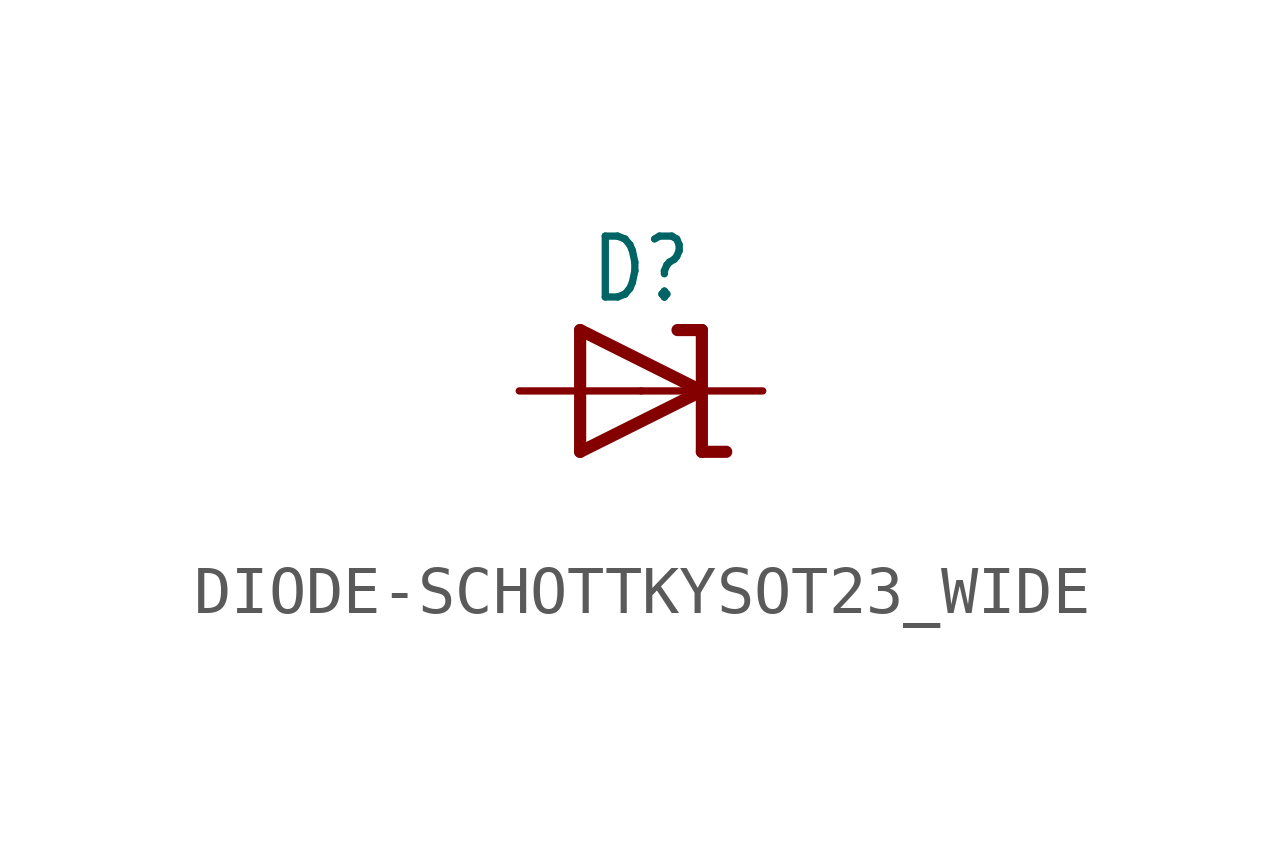
<source format=kicad_sym>
(kicad_symbol_lib
  (version 20241209)
  (generator "kicad_symbol_editor")
  (generator_version "9.0")
  (symbol "DIODE-SCHOTTKYSOT23_WIDE"
    (property "Reference" "D"
      (at 0 2.54 0)
      (effects (font (size 1.27 1.079))))
    (property "Value" ""
      (at 0 -2.5 0)
      (effects (font (size 1.27 1.079))))
    (property "ki_locked" ""
      (at 0 0 0)
      (effects (font (size 1.27 1.27))))
    (symbol "DIODE-SCHOTTKYSOT23_WIDE_1_0"
      (polyline (pts (xy -1.27 1.27) (xy -1.27 -1.27)) (stroke (width 0.254) (type solid)) (fill (type none)))
      (polyline (pts (xy -1.27 -1.27) (xy 1.27 0)) (stroke (width 0.254) (type solid)) (fill (type none)))
      (polyline (pts (xy 1.27 1.27) (xy 0.762 1.27)) (stroke (width 0.254) (type solid)) (fill (type none)))
      (polyline (pts (xy 1.27 1.27) (xy 1.27 0)) (stroke (width 0.254) (type solid)) (fill (type none)))
      (polyline (pts (xy 1.27 0) (xy -1.27 1.27)) (stroke (width 0.254) (type solid)) (fill (type none)))
      (polyline (pts (xy 1.27 0) (xy 1.27 -1.27)) (stroke (width 0.254) (type solid)) (fill (type none)))
      (polyline (pts (xy 1.27 -1.27) (xy 1.778 -1.27)) (stroke (width 0.254) (type solid)) (fill (type none)))
      (pin passive line (at -2.54 0 0) (length 2.54) (name "A" (effects (font (size 0 0)))) (number "1" (effects (font (size 0 0)))))
      (pin passive line (at 2.54 0 180) (length 2.54) (name "C" (effects (font (size 0 0)))) (number "3" (effects (font (size 0 0))))))))
</source>
